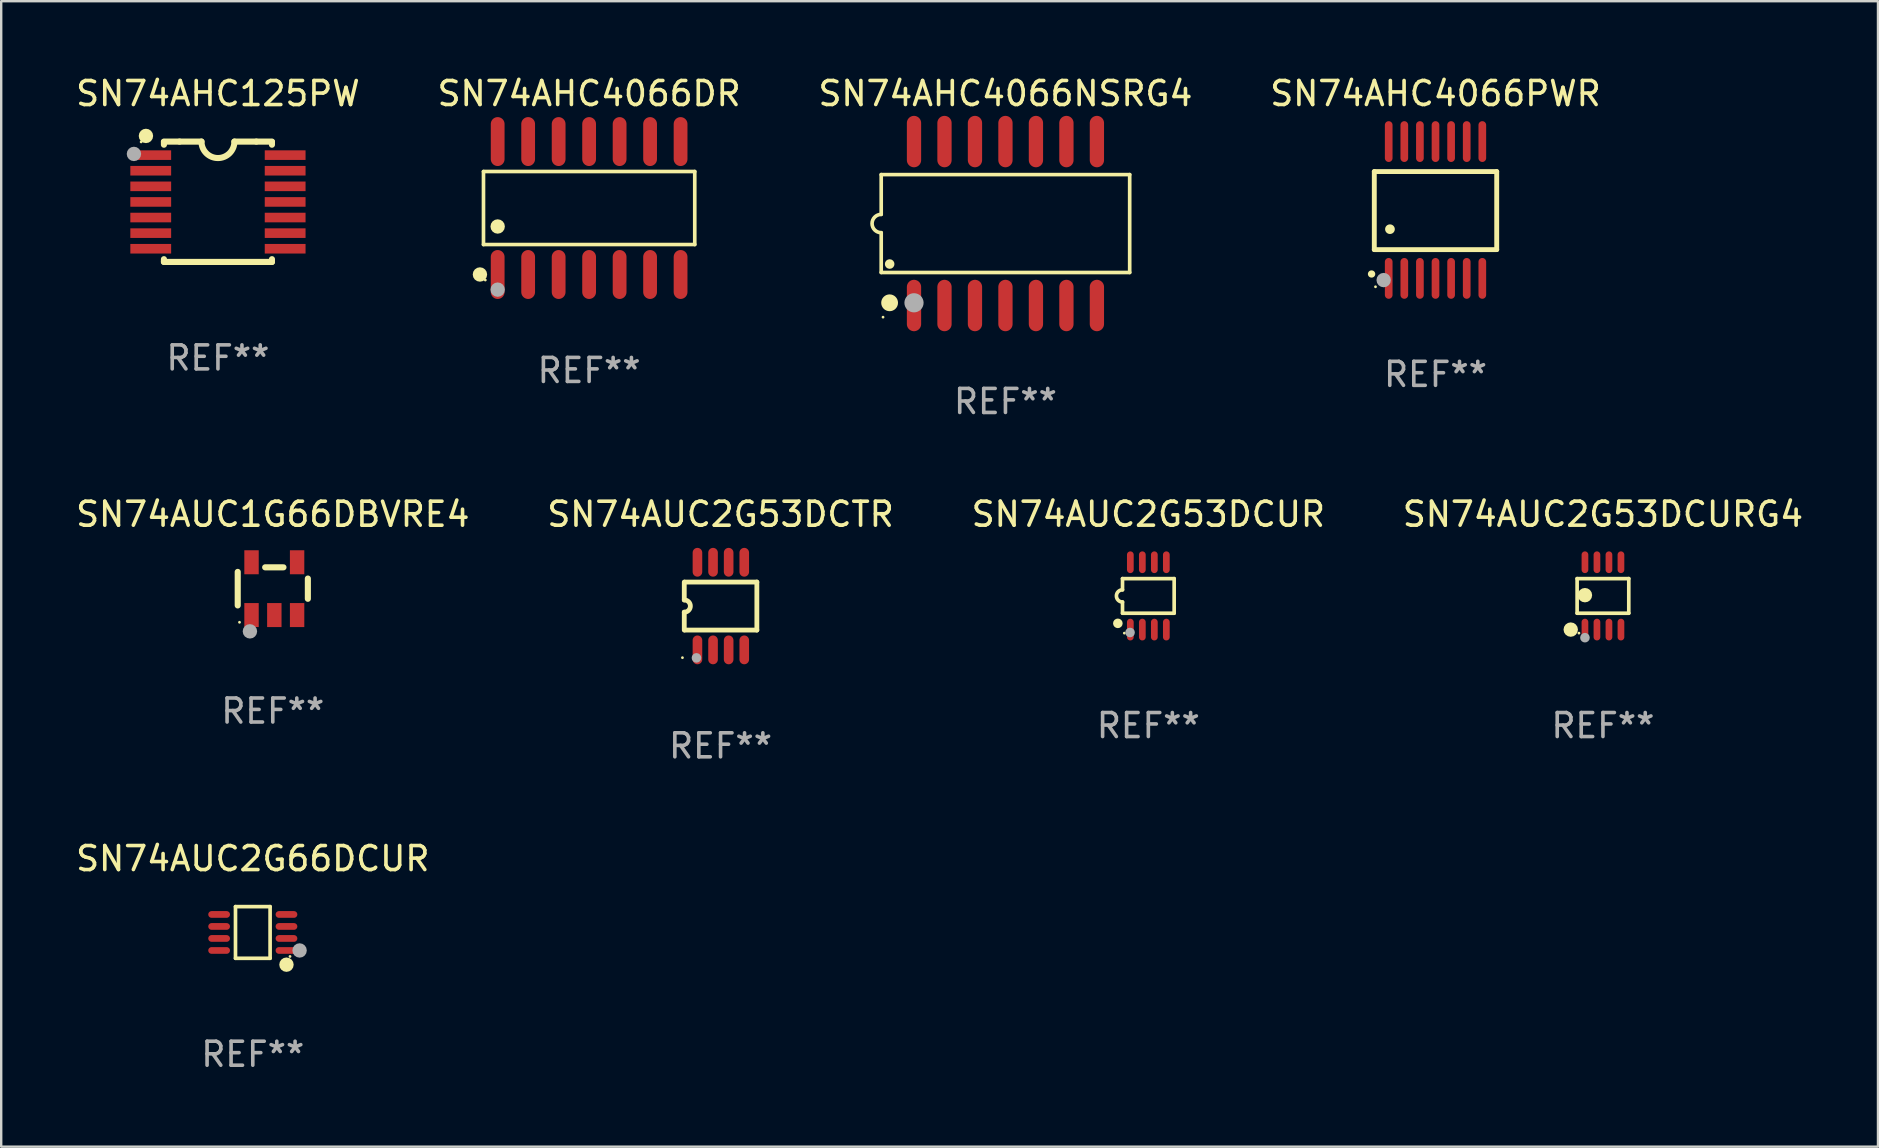
<source format=kicad_pcb>
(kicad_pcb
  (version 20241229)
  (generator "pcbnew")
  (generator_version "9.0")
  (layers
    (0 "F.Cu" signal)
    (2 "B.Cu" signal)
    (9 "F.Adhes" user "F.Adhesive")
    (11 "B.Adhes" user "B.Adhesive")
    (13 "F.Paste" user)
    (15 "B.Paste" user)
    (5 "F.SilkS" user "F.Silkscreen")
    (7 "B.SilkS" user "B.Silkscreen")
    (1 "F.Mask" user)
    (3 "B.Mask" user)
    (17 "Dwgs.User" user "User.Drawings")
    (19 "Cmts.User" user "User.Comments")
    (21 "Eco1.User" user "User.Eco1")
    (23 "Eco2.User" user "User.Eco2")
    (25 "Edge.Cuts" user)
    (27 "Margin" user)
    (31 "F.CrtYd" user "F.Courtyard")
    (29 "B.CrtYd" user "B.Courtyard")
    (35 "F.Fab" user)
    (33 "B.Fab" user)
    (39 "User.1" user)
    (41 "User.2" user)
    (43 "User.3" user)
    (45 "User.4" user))
  (footprint "SN74AHC4066PWR"
    (layer "F.Cu")
    (at 56.756 5.698)
    (property "Reference" "SN74AHC4066PWR" (at 0 -4.85 0) (layer "F.SilkS") (effects (font (size 1 1) (thickness 0.15))))
    (attr through_hole)
    (fp_line (start -2.55 -1.6) (end 2.55 -1.6) (stroke (width 0.203) (type solid)) (layer "F.SilkS"))
    (fp_line (start -2.55 1.651) (end -2.55 -1.6) (stroke (width 0.203) (type solid)) (layer "F.SilkS"))
    (fp_line (start 2.55 -1.6) (end 2.55 1.651) (stroke (width 0.203) (type solid)) (layer "F.SilkS"))
    (fp_line (start 2.55 1.651) (end -2.55 1.651) (stroke (width 0.203) (type solid)) (layer "F.SilkS"))
    (fp_arc (start -2.667005 2.667005) (mid -2.663677 2.667046) (end -2.66035 2.667157) (stroke (width 0.3) (type solid)) (layer "F.SilkS"))
    (fp_arc (start -1.9 0.8) (mid -1.897803 0.800014) (end -1.895606 0.800051) (stroke (width 0.4) (type solid)) (layer "F.SilkS"))
    (fp_circle (center -2.5 3.2) (end -2.47 3.2) (stroke (width 0.06) (type solid)) (fill no) (layer "F.SilkS"))
    (fp_circle (center -2.159 2.921) (end -2.009 2.921) (stroke (width 0.3) (type solid)) (fill no) (layer "F.Fab"))
    (fp_text user "REF**" (at 0 6.85 0) (layer "F.Fab") (effects (font (size 1 1) (thickness 0.15))))
    (pad "1" smd oval (at -1.95 2.85 180) (size 0.32 1.7) (layers "F.Cu" "F.Mask" "F.Paste"))
    (pad "2" smd oval (at -1.3 2.85 180) (size 0.32 1.7) (layers "F.Cu" "F.Mask" "F.Paste"))
    (pad "3" smd oval (at -0.65 2.85 180) (size 0.32 1.7) (layers "F.Cu" "F.Mask" "F.Paste"))
    (pad "4" smd oval (at 0 2.85 180) (size 0.32 1.7) (layers "F.Cu" "F.Mask" "F.Paste"))
    (pad "5" smd oval (at 0.65 2.85 180) (size 0.32 1.7) (layers "F.Cu" "F.Mask" "F.Paste"))
    (pad "6" smd oval (at 1.3 2.85 180) (size 0.32 1.7) (layers "F.Cu" "F.Mask" "F.Paste"))
    (pad "7" smd oval (at 1.95 2.85 180) (size 0.32 1.7) (layers "F.Cu" "F.Mask" "F.Paste"))
    (pad "8" smd oval (at 1.95 -2.85 180) (size 0.32 1.7) (layers "F.Cu" "F.Mask" "F.Paste"))
    (pad "9" smd oval (at 1.3 -2.85 180) (size 0.32 1.7) (layers "F.Cu" "F.Mask" "F.Paste"))
    (pad "10" smd oval (at 0.65 -2.85 180) (size 0.32 1.7) (layers "F.Cu" "F.Mask" "F.Paste"))
    (pad "11" smd oval (at 0 -2.85 180) (size 0.32 1.7) (layers "F.Cu" "F.Mask" "F.Paste"))
    (pad "12" smd oval (at -0.65 -2.85 180) (size 0.32 1.7) (layers "F.Cu" "F.Mask" "F.Paste"))
    (pad "13" smd oval (at -1.3 -2.85 180) (size 0.32 1.7) (layers "F.Cu" "F.Mask" "F.Paste"))
    (pad "14" smd oval (at -1.95 -2.85 180) (size 0.32 1.7) (layers "F.Cu" "F.Mask" "F.Paste")))
  (footprint "SN74AHC125PW"
    (layer "F.Cu")
    (at 6.03 5.356)
    (property "Reference" "SN74AHC125PW" (at 0 -4.507 0) (layer "F.SilkS") (effects (font (size 1 1) (thickness 0.15))))
    (attr through_hole)
    (fp_line (start -2.25 -2.377) (end -2.25 -2.493) (stroke (width 0.254) (type solid)) (layer "F.SilkS"))
    (fp_line (start -2.25 2.507) (end -2.25 2.392) (stroke (width 0.254) (type solid)) (layer "F.SilkS"))
    (fp_line (start -1.6 -2.507) (end -2.25 -2.507) (stroke (width 0.254) (type solid)) (layer "F.SilkS"))
    (fp_line (start -1.6 -2.507) (end -0.686 -2.507) (stroke (width 0.254) (type solid)) (layer "F.SilkS"))
    (fp_line (start 0.686 -2.507) (end 1.6 -2.507) (stroke (width 0.254) (type solid)) (layer "F.SilkS"))
    (fp_line (start 1.6 -2.507) (end 2.25 -2.507) (stroke (width 0.254) (type solid)) (layer "F.SilkS"))
    (fp_line (start 2.25 -2.493) (end 2.25 -2.377) (stroke (width 0.254) (type solid)) (layer "F.SilkS"))
    (fp_line (start 2.25 2.392) (end 2.25 2.507) (stroke (width 0.254) (type solid)) (layer "F.SilkS"))
    (fp_line (start 2.25 2.507) (end -2.25 2.507) (stroke (width 0.254) (type solid)) (layer "F.SilkS"))
    (fp_arc (start 0.685852 -2.507303) (mid 0.000051 -1.821502) (end -0.68575 -2.507303) (stroke (width 0.254001) (type solid)) (layer "F.SilkS"))
    (fp_circle (center -3.2 -2.493) (end -3.17 -2.493) (stroke (width 0.06) (type solid)) (fill no) (layer "F.SilkS"))
    (fp_circle (center -3 -2.743) (end -2.85 -2.743) (stroke (width 0.3) (type solid)) (fill no) (layer "F.SilkS"))
    (fp_circle (center -3.5 -1.993) (end -3.35 -1.993) (stroke (width 0.3) (type solid)) (fill no) (layer "F.Fab"))
    (fp_text user "REF**" (at 0 6.507 0) (layer "F.Fab") (effects (font (size 1 1) (thickness 0.15))))
    (pad "1" smd rect (at -2.8 -1.943) (size 1.7 0.4) (layers "F.Cu" "F.Mask" "F.Paste"))
    (pad "2" smd rect (at -2.8 -1.293) (size 1.7 0.4) (layers "F.Cu" "F.Mask" "F.Paste"))
    (pad "3" smd rect (at -2.8 -0.643) (size 1.7 0.4) (layers "F.Cu" "F.Mask" "F.Paste"))
    (pad "4" smd rect (at -2.8 0.007) (size 1.7 0.4) (layers "F.Cu" "F.Mask" "F.Paste"))
    (pad "5" smd rect (at -2.8 0.657) (size 1.7 0.4) (layers "F.Cu" "F.Mask" "F.Paste"))
    (pad "6" smd rect (at -2.8 1.307) (size 1.7 0.4) (layers "F.Cu" "F.Mask" "F.Paste"))
    (pad "7" smd rect (at -2.8 1.957) (size 1.7 0.4) (layers "F.Cu" "F.Mask" "F.Paste"))
    (pad "8" smd rect (at 2.8 1.957) (size 1.7 0.4) (layers "F.Cu" "F.Mask" "F.Paste"))
    (pad "9" smd rect (at 2.8 1.307) (size 1.7 0.4) (layers "F.Cu" "F.Mask" "F.Paste"))
    (pad "10" smd rect (at 2.8 0.657) (size 1.7 0.4) (layers "F.Cu" "F.Mask" "F.Paste"))
    (pad "11" smd rect (at 2.8 0.007) (size 1.7 0.4) (layers "F.Cu" "F.Mask" "F.Paste"))
    (pad "12" smd rect (at 2.8 -0.643) (size 1.7 0.4) (layers "F.Cu" "F.Mask" "F.Paste"))
    (pad "13" smd rect (at 2.8 -1.293) (size 1.7 0.4) (layers "F.Cu" "F.Mask" "F.Paste"))
    (pad "14" smd rect (at 2.8 -1.943) (size 1.7 0.4) (layers "F.Cu" "F.Mask" "F.Paste")))
  (footprint "SN74AUC2G53DCTR"
    (layer "F.Cu")
    (at 26.97 22.2)
    (property "Reference" "SN74AUC2G53DCTR" (at 0 -3.825 0) (layer "F.SilkS") (effects (font (size 1 1) (thickness 0.15))))
    (attr through_hole)
    (fp_line (start -1.512 -0.254) (end -1.512 -1) (stroke (width 0.2) (type solid)) (layer "F.SilkS"))
    (fp_line (start -1.512 0.254) (end -1.512 1) (stroke (width 0.2) (type solid)) (layer "F.SilkS"))
    (fp_line (start -1.488 -1) (end 1.512 -1) (stroke (width 0.2) (type solid)) (layer "F.SilkS"))
    (fp_line (start 1.512 -1) (end 1.512 1) (stroke (width 0.2) (type solid)) (layer "F.SilkS"))
    (fp_line (start 1.512 1) (end -1.488 1) (stroke (width 0.2) (type solid)) (layer "F.SilkS"))
    (fp_arc (start -1.512002 -0.254001) (mid -1.258001 0) (end -1.512002 0.254001) (stroke (width 0.2) (type solid)) (layer "F.SilkS"))
    (fp_circle (center -1.588 2.15) (end -1.558 2.15) (stroke (width 0.06) (type solid)) (fill no) (layer "F.SilkS"))
    (fp_circle (center -1.004 2.159) (end -0.904 2.159) (stroke (width 0.2) (type solid)) (fill no) (layer "F.Fab"))
    (fp_text user "REF**" (at 0 5.825 0) (layer "F.Fab") (effects (font (size 1 1) (thickness 0.15))))
    (pad "1" smd oval (at -0.963 1.825 270) (size 1.2 0.4) (layers "F.Cu" "F.Mask" "F.Paste"))
    (pad "2" smd oval (at -0.313 1.825 270) (size 1.2 0.4) (layers "F.Cu" "F.Mask" "F.Paste"))
    (pad "3" smd oval (at 0.337 1.825 270) (size 1.2 0.4) (layers "F.Cu" "F.Mask" "F.Paste"))
    (pad "4" smd oval (at 0.987 1.825 270) (size 1.2 0.4) (layers "F.Cu" "F.Mask" "F.Paste"))
    (pad "5" smd oval (at 0.987 -1.825 270) (size 1.2 0.4) (layers "F.Cu" "F.Mask" "F.Paste"))
    (pad "6" smd oval (at 0.337 -1.825 270) (size 1.2 0.4) (layers "F.Cu" "F.Mask" "F.Paste"))
    (pad "7" smd oval (at -0.313 -1.825 270) (size 1.2 0.4) (layers "F.Cu" "F.Mask" "F.Paste"))
    (pad "8" smd oval (at -0.963 -1.825 270) (size 1.2 0.4) (layers "F.Cu" "F.Mask" "F.Paste")))
  (footprint "SN74AUC1G66DBVRE4"
    (layer "F.Cu")
    (at 8.315 21.475)
    (property "Reference" "SN74AUC1G66DBVRE4" (at 0 -3.1 0) (layer "F.SilkS") (effects (font (size 1 1) (thickness 0.15))))
    (attr through_hole)
    (fp_line (start -1.461 -0.699) (end -1.461 0.699) (stroke (width 0.254) (type solid)) (layer "F.SilkS"))
    (fp_line (start -0.318 -0.889) (end 0.445 -0.889) (stroke (width 0.254) (type solid)) (layer "F.SilkS"))
    (fp_line (start 1.461 -0.422) (end 1.461 0.422) (stroke (width 0.254) (type solid)) (layer "F.SilkS"))
    (fp_circle (center -1.387 1.4) (end -1.357 1.4) (stroke (width 0.06) (type solid)) (fill no) (layer "F.SilkS"))
    (fp_circle (center -0.953 1.778) (end -0.802 1.778) (stroke (width 0.3) (type solid)) (fill no) (layer "F.Fab"))
    (fp_text user "REF**" (at 0 5.1 0) (layer "F.Fab") (effects (font (size 1 1) (thickness 0.15))))
    (pad "1" smd rect (at -0.886 1.1) (size 0.6 1) (layers "F.Cu" "F.Mask" "F.Paste"))
    (pad "2" smd rect (at 0.064 1.1) (size 0.6 1) (layers "F.Cu" "F.Mask" "F.Paste"))
    (pad "3" smd rect (at 1.013 1.1) (size 0.6 1) (layers "F.Cu" "F.Mask" "F.Paste"))
    (pad "4" smd rect (at 1.013 -1.1) (size 0.6 1) (layers "F.Cu" "F.Mask" "F.Paste"))
    (pad "5" smd rect (at -0.886 -1.1) (size 0.6 1) (layers "F.Cu" "F.Mask" "F.Paste")))
  (footprint "SN74AHC4066DR"
    (layer "F.Cu")
    (at 21.494 5.617)
    (property "Reference" "SN74AHC4066DR" (at 0 -4.769 0) (layer "F.SilkS") (effects (font (size 1 1) (thickness 0.15))))
    (attr through_hole)
    (fp_line (start -4.401 -1.521) (end 4.401 -1.521) (stroke (width 0.152) (type solid)) (layer "F.SilkS"))
    (fp_line (start -4.401 1.521) (end -4.401 -1.521) (stroke (width 0.152) (type solid)) (layer "F.SilkS"))
    (fp_line (start 4.401 -1.521) (end 4.401 1.521) (stroke (width 0.152) (type solid)) (layer "F.SilkS"))
    (fp_line (start 4.401 1.521) (end -4.401 1.521) (stroke (width 0.152) (type solid)) (layer "F.SilkS"))
    (fp_circle (center -4.549 2.769) (end -4.399 2.769) (stroke (width 0.3) (type solid)) (fill no) (layer "F.SilkS"))
    (fp_circle (center -4.325 3) (end -4.295 3) (stroke (width 0.06) (type solid)) (fill no) (layer "F.SilkS"))
    (fp_circle (center -3.81 0.769) (end -3.66 0.769) (stroke (width 0.3) (type solid)) (fill no) (layer "F.SilkS"))
    (fp_circle (center -3.81 3.4) (end -3.66 3.4) (stroke (width 0.3) (type solid)) (fill no) (layer "F.Fab"))
    (fp_text user "REF**" (at 0 6.769 0) (layer "F.Fab") (effects (font (size 1 1) (thickness 0.15))))
    (pad "1" smd oval (at -3.81 2.769) (size 0.574 2.038) (layers "F.Cu" "F.Mask" "F.Paste"))
    (pad "2" smd oval (at -2.54 2.769) (size 0.574 2.038) (layers "F.Cu" "F.Mask" "F.Paste"))
    (pad "3" smd oval (at -1.27 2.769) (size 0.574 2.038) (layers "F.Cu" "F.Mask" "F.Paste"))
    (pad "4" smd oval (at 0 2.769) (size 0.574 2.038) (layers "F.Cu" "F.Mask" "F.Paste"))
    (pad "5" smd oval (at 1.27 2.769) (size 0.574 2.038) (layers "F.Cu" "F.Mask" "F.Paste"))
    (pad "6" smd oval (at 2.54 2.769) (size 0.574 2.038) (layers "F.Cu" "F.Mask" "F.Paste"))
    (pad "7" smd oval (at 3.81 2.769) (size 0.574 2.038) (layers "F.Cu" "F.Mask" "F.Paste"))
    (pad "8" smd oval (at 3.81 -2.769) (size 0.574 2.038) (layers "F.Cu" "F.Mask" "F.Paste"))
    (pad "9" smd oval (at 2.54 -2.769) (size 0.574 2.038) (layers "F.Cu" "F.Mask" "F.Paste"))
    (pad "10" smd oval (at 1.27 -2.769) (size 0.574 2.038) (layers "F.Cu" "F.Mask" "F.Paste"))
    (pad "11" smd oval (at 0 -2.769) (size 0.574 2.038) (layers "F.Cu" "F.Mask" "F.Paste"))
    (pad "12" smd oval (at -1.27 -2.769) (size 0.574 2.038) (layers "F.Cu" "F.Mask" "F.Paste"))
    (pad "13" smd oval (at -2.54 -2.769) (size 0.574 2.038) (layers "F.Cu" "F.Mask" "F.Paste"))
    (pad "14" smd oval (at -3.81 -2.769) (size 0.574 2.038) (layers "F.Cu" "F.Mask" "F.Paste")))
  (footprint "SN74AUC2G53DCURG4"
    (layer "F.Cu")
    (at 63.732 21.777)
    (property "Reference" "SN74AUC2G53DCURG4" (at 0 -3.403 0) (layer "F.SilkS") (effects (font (size 1 1) (thickness 0.15))))
    (attr through_hole)
    (fp_line (start -1.076 -0.721) (end 1.076 -0.721) (stroke (width 0.152) (type solid)) (layer "F.SilkS"))
    (fp_line (start -1.076 0.721) (end -1.076 -0.721) (stroke (width 0.152) (type solid)) (layer "F.SilkS"))
    (fp_line (start 1.076 -0.721) (end 1.076 0.721) (stroke (width 0.152) (type solid)) (layer "F.SilkS"))
    (fp_line (start 1.076 0.721) (end -1.076 0.721) (stroke (width 0.152) (type solid)) (layer "F.SilkS"))
    (fp_circle (center -1.342 1.403) (end -1.192 1.403) (stroke (width 0.3) (type solid)) (fill no) (layer "F.SilkS"))
    (fp_circle (center -1 1.55) (end -0.97 1.55) (stroke (width 0.06) (type solid)) (fill no) (layer "F.SilkS"))
    (fp_circle (center -0.75 -0.031) (end -0.6 -0.031) (stroke (width 0.3) (type solid)) (fill no) (layer "F.SilkS"))
    (fp_circle (center -0.75 1.74) (end -0.65 1.74) (stroke (width 0.2) (type solid)) (fill no) (layer "F.Fab"))
    (fp_text user "REF**" (at 0 5.403 0) (layer "F.Fab") (effects (font (size 1 1) (thickness 0.15))))
    (pad "1" smd oval (at -0.75 1.403) (size 0.28 0.905) (layers "F.Cu" "F.Mask" "F.Paste"))
    (pad "2" smd oval (at -0.25 1.403) (size 0.28 0.905) (layers "F.Cu" "F.Mask" "F.Paste"))
    (pad "3" smd oval (at 0.25 1.403) (size 0.28 0.905) (layers "F.Cu" "F.Mask" "F.Paste"))
    (pad "4" smd oval (at 0.75 1.403) (size 0.28 0.905) (layers "F.Cu" "F.Mask" "F.Paste"))
    (pad "5" smd oval (at 0.75 -1.403) (size 0.28 0.905) (layers "F.Cu" "F.Mask" "F.Paste"))
    (pad "6" smd oval (at 0.25 -1.403) (size 0.28 0.905) (layers "F.Cu" "F.Mask" "F.Paste"))
    (pad "7" smd oval (at -0.25 -1.403) (size 0.28 0.905) (layers "F.Cu" "F.Mask" "F.Paste"))
    (pad "8" smd oval (at -0.75 -1.403) (size 0.28 0.905) (layers "F.Cu" "F.Mask" "F.Paste")))
  (footprint "SN74AUC2G66DCUR"
    (layer "F.Cu")
    (at 7.482 35.798)
    (property "Reference" "SN74AUC2G66DCUR" (at 0 -3.076 0) (layer "F.SilkS") (effects (font (size 1 1) (thickness 0.15))))
    (attr through_hole)
    (fp_line (start -0.721 -1.076) (end 0.721 -1.076) (stroke (width 0.152) (type solid)) (layer "F.SilkS"))
    (fp_line (start -0.721 1.076) (end -0.721 -1.076) (stroke (width 0.152) (type solid)) (layer "F.SilkS"))
    (fp_line (start 0.721 -1.076) (end 0.721 1.076) (stroke (width 0.152) (type solid)) (layer "F.SilkS"))
    (fp_line (start 0.721 1.076) (end -0.721 1.076) (stroke (width 0.152) (type solid)) (layer "F.SilkS"))
    (fp_circle (center 1.403 1.342) (end 1.553 1.342) (stroke (width 0.3) (type solid)) (fill no) (layer "F.SilkS"))
    (fp_circle (center 1.55 1) (end 1.58 1) (stroke (width 0.06) (type solid)) (fill no) (layer "F.SilkS"))
    (fp_circle (center 1.95 0.75) (end 2.1 0.75) (stroke (width 0.3) (type solid)) (fill no) (layer "F.Fab"))
    (fp_text user "REF**" (at 0 5.076 0) (layer "F.Fab") (effects (font (size 1 1) (thickness 0.15))))
    (pad "1" smd oval (at 1.403 0.75 90) (size 0.28 0.905) (layers "F.Cu" "F.Mask" "F.Paste"))
    (pad "2" smd oval (at 1.403 0.25 90) (size 0.28 0.905) (layers "F.Cu" "F.Mask" "F.Paste"))
    (pad "3" smd oval (at 1.403 -0.25 90) (size 0.28 0.905) (layers "F.Cu" "F.Mask" "F.Paste"))
    (pad "4" smd oval (at 1.403 -0.75 90) (size 0.28 0.905) (layers "F.Cu" "F.Mask" "F.Paste"))
    (pad "5" smd oval (at -1.403 -0.75 90) (size 0.28 0.905) (layers "F.Cu" "F.Mask" "F.Paste"))
    (pad "6" smd oval (at -1.403 -0.25 90) (size 0.28 0.905) (layers "F.Cu" "F.Mask" "F.Paste"))
    (pad "7" smd oval (at -1.403 0.25 90) (size 0.28 0.905) (layers "F.Cu" "F.Mask" "F.Paste"))
    (pad "8" smd oval (at -1.403 0.75 90) (size 0.28 0.905) (layers "F.Cu" "F.Mask" "F.Paste")))
  (footprint "SN74AUC2G53DCUR"
    (layer "F.Cu")
    (at 44.792 21.777)
    (property "Reference" "SN74AUC2G53DCUR" (at 0 -3.403 0) (layer "F.SilkS") (effects (font (size 1 1) (thickness 0.15))))
    (attr through_hole)
    (fp_line (start -1.076 -0.721) (end 1.076 -0.721) (stroke (width 0.152) (type solid)) (layer "F.SilkS"))
    (fp_line (start -1.076 -0.254) (end -1.076 -0.721) (stroke (width 0.152) (type solid)) (layer "F.SilkS"))
    (fp_line (start -1.076 0.254) (end -1.076 0.721) (stroke (width 0.152) (type solid)) (layer "F.SilkS"))
    (fp_line (start 1.076 -0.721) (end 1.076 0.721) (stroke (width 0.152) (type solid)) (layer "F.SilkS"))
    (fp_line (start 1.076 0.721) (end -1.076 0.721) (stroke (width 0.152) (type solid)) (layer "F.SilkS"))
    (fp_arc (start -1.076226 0.254051) (mid -1.330226 0.000051) (end -1.076226 -0.253949) (stroke (width 0.151994) (type solid)) (layer "F.SilkS"))
    (fp_circle (center -1.27 1.143) (end -1.17 1.143) (stroke (width 0.2) (type solid)) (fill no) (layer "F.SilkS"))
    (fp_circle (center -1 1.55) (end -0.97 1.55) (stroke (width 0.06) (type solid)) (fill no) (layer "F.SilkS"))
    (fp_circle (center -0.762 1.524) (end -0.662 1.524) (stroke (width 0.2) (type solid)) (fill no) (layer "F.Fab"))
    (fp_text user "REF**" (at 0 5.403 0) (layer "F.Fab") (effects (font (size 1 1) (thickness 0.15))))
    (pad "1" smd oval (at -0.75 1.403) (size 0.28 0.905) (layers "F.Cu" "F.Mask" "F.Paste"))
    (pad "2" smd oval (at -0.25 1.403) (size 0.28 0.905) (layers "F.Cu" "F.Mask" "F.Paste"))
    (pad "3" smd oval (at 0.25 1.403) (size 0.28 0.905) (layers "F.Cu" "F.Mask" "F.Paste"))
    (pad "4" smd oval (at 0.75 1.403) (size 0.28 0.905) (layers "F.Cu" "F.Mask" "F.Paste"))
    (pad "5" smd oval (at 0.75 -1.403) (size 0.28 0.905) (layers "F.Cu" "F.Mask" "F.Paste"))
    (pad "6" smd oval (at 0.25 -1.403) (size 0.28 0.905) (layers "F.Cu" "F.Mask" "F.Paste"))
    (pad "7" smd oval (at -0.25 -1.403) (size 0.28 0.905) (layers "F.Cu" "F.Mask" "F.Paste"))
    (pad "8" smd oval (at -0.75 -1.403) (size 0.28 0.905) (layers "F.Cu" "F.Mask" "F.Paste")))
  (footprint "SN74AHC4066NSRG4"
    (layer "F.Cu")
    (at 38.839 6.263)
    (property "Reference" "SN74AHC4066NSRG4" (at 0 -5.415 0) (layer "F.SilkS") (effects (font (size 1 1) (thickness 0.15))))
    (attr through_hole)
    (fp_line (start -5.176 -2.039) (end 5.176 -2.039) (stroke (width 0.152) (type solid)) (layer "F.SilkS"))
    (fp_line (start -5.176 -0.381) (end -5.176 -2.039) (stroke (width 0.152) (type solid)) (layer "F.SilkS"))
    (fp_line (start -5.176 0.381) (end -5.176 2.039) (stroke (width 0.152) (type solid)) (layer "F.SilkS"))
    (fp_line (start 5.176 -2.039) (end 5.176 2.039) (stroke (width 0.152) (type solid)) (layer "F.SilkS"))
    (fp_line (start 5.176 2.039) (end -5.176 2.039) (stroke (width 0.152) (type solid)) (layer "F.SilkS"))
    (fp_arc (start -5.1762 0.381001) (mid -5.557201 0) (end -5.1762 -0.381001) (stroke (width 0.151994) (type solid)) (layer "F.SilkS"))
    (fp_circle (center -5.1 3.9) (end -5.07 3.9) (stroke (width 0.06) (type solid)) (fill no) (layer "F.SilkS"))
    (fp_circle (center -4.826 3.302) (end -4.651 3.302) (stroke (width 0.35) (type solid)) (fill no) (layer "F.SilkS"))
    (fp_circle (center -4.824 1.687) (end -4.724 1.687) (stroke (width 0.2) (type solid)) (fill no) (layer "F.SilkS"))
    (fp_circle (center -3.81 3.302) (end -3.61 3.302) (stroke (width 0.4) (type solid)) (fill no) (layer "F.Fab"))
    (fp_text user "REF**" (at 0 7.415 0) (layer "F.Fab") (effects (font (size 1 1) (thickness 0.15))))
    (pad "1" smd oval (at -3.81 3.415) (size 0.595 2.142) (layers "F.Cu" "F.Mask" "F.Paste"))
    (pad "2" smd oval (at -2.54 3.415) (size 0.595 2.142) (layers "F.Cu" "F.Mask" "F.Paste"))
    (pad "3" smd oval (at -1.27 3.415) (size 0.595 2.142) (layers "F.Cu" "F.Mask" "F.Paste"))
    (pad "4" smd oval (at 0 3.415) (size 0.595 2.142) (layers "F.Cu" "F.Mask" "F.Paste"))
    (pad "5" smd oval (at 1.27 3.415) (size 0.595 2.142) (layers "F.Cu" "F.Mask" "F.Paste"))
    (pad "6" smd oval (at 2.54 3.415) (size 0.595 2.142) (layers "F.Cu" "F.Mask" "F.Paste"))
    (pad "7" smd oval (at 3.81 3.415) (size 0.595 2.142) (layers "F.Cu" "F.Mask" "F.Paste"))
    (pad "8" smd oval (at 3.81 -3.415) (size 0.595 2.142) (layers "F.Cu" "F.Mask" "F.Paste"))
    (pad "9" smd oval (at 2.54 -3.415) (size 0.595 2.142) (layers "F.Cu" "F.Mask" "F.Paste"))
    (pad "10" smd oval (at 1.27 -3.415) (size 0.595 2.142) (layers "F.Cu" "F.Mask" "F.Paste"))
    (pad "11" smd oval (at 0 -3.415) (size 0.595 2.142) (layers "F.Cu" "F.Mask" "F.Paste"))
    (pad "12" smd oval (at -1.27 -3.415) (size 0.595 2.142) (layers "F.Cu" "F.Mask" "F.Paste"))
    (pad "13" smd oval (at -2.54 -3.415) (size 0.595 2.142) (layers "F.Cu" "F.Mask" "F.Paste"))
    (pad "14" smd oval (at -3.81 -3.415) (size 0.595 2.142) (layers "F.Cu" "F.Mask" "F.Paste")))
  (gr_rect
    (start -3 -3)
    (end 75.19 44.722)
    (stroke (width 0.1) (type default))
    (fill no)
    (layer "Edge.Cuts")))
</source>
